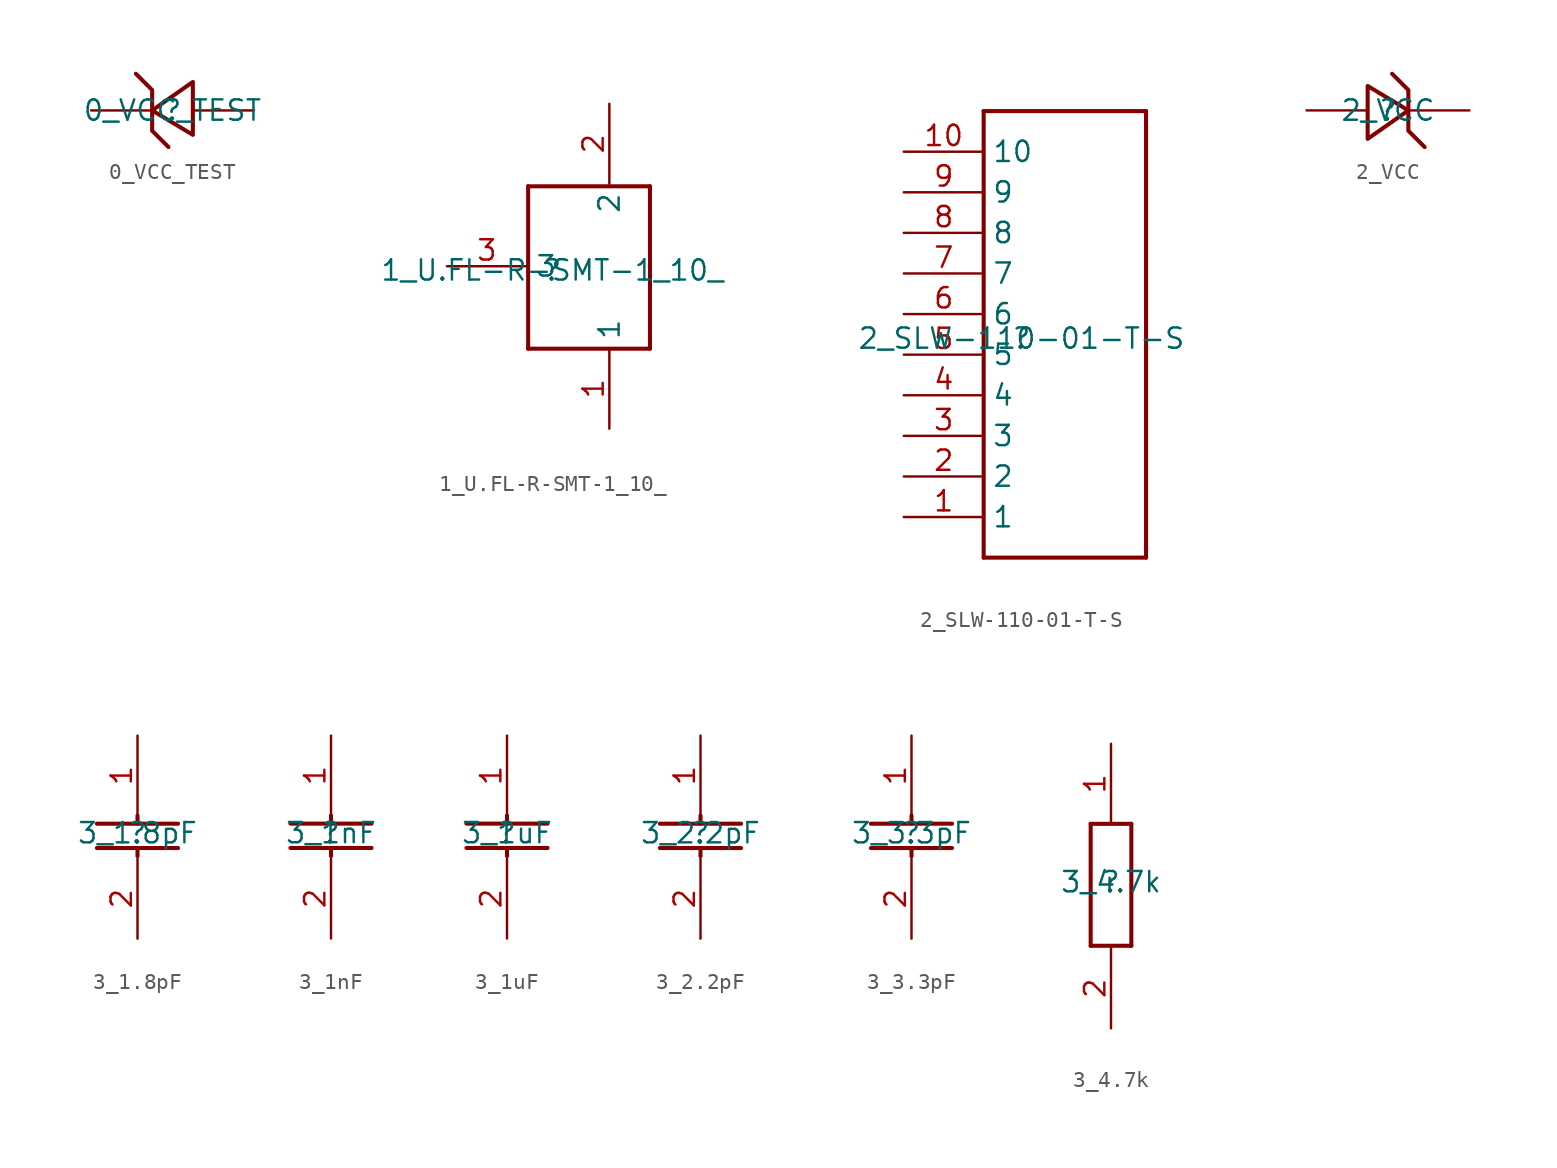
<source format=kicad_sym>
(kicad_symbol_lib
  (version 20211014)
  (generator kicad_symbol_editor)
  (symbol "0_VCC_TEST"
    (property "Reference" ""
      (at 0 0 0)
      (effects (font (size 1.27 1.27))))
    (property "Value" "0_VCC_TEST"
      (at 0 0 0)
      (effects (font (size 1.27 1.27))))
    (symbol "0_VCC_TEST_1_0"
      (polyline (pts (xy -2.286 2.286) (xy -1.27 1.27) (xy -1.27 1.27) (xy -1.27 -1.27) (xy -1.27 -1.27) (xy -0.254 -2.286)) (stroke (width 0.254) (type default) (color 0 0 0 0)) (fill (type none)))
      (polyline (pts (xy 1.27 -1.524) (xy -1.27 0) (xy -1.27 0) (xy 1.27 1.778) (xy 1.27 1.778) (xy 1.27 -1.524)) (stroke (width 0.254) (type default) (color 0 0 0 0)) (fill (type none)))
      (pin passive line (at -5.08 0 0) (length 3.81) (name "C" (effects (font (size 0 0)))) (number "1" (effects (font (size 0 0)))))
      (pin passive line (at 5.08 0 180) (length 3.81) (name "A" (effects (font (size 0 0)))) (number "2" (effects (font (size 0 0)))))))
  (symbol "1_U.FL-R-SMT-1_10_"
    (property "Reference" ""
      (at 0 0 0)
      (effects (font (size 1.27 1.27))))
    (property "Value" "1_U.FL-R-SMT-1_10_"
      (at 0 0 0)
      (effects (font (size 1.27 1.27))))
    (symbol "1_U.FL-R-SMT-1_10__1_0"
      (polyline (pts (xy -1.524 -4.905) (xy -1.524 5.255)) (stroke (width 0.254) (type default) (color 0 0 0 0)) (fill (type none)))
      (polyline (pts (xy -1.524 -4.905) (xy 6.096 -4.905)) (stroke (width 0.254) (type default) (color 0 0 0 0)) (fill (type none)))
      (polyline (pts (xy 6.096 5.255) (xy -1.524 5.255)) (stroke (width 0.254) (type default) (color 0 0 0 0)) (fill (type none)))
      (polyline (pts (xy 6.096 5.255) (xy 6.096 -4.905)) (stroke (width 0.254) (type default) (color 0 0 0 0)) (fill (type none)))
      (pin passive line (at 3.556 -9.906 90) (length 5) (name "1" (effects (font (size 1.27 1.27)))) (number "1" (effects (font (size 1.27 1.27)))))
      (pin passive line (at 3.556 10.414 270) (length 5) (name "2" (effects (font (size 1.27 1.27)))) (number "2" (effects (font (size 1.27 1.27)))))
      (pin passive line (at -6.604 0.254 0) (length 5) (name "3" (effects (font (size 1.27 1.27)))) (number "3" (effects (font (size 1.27 1.27)))))))
  (symbol "2_SLW-110-01-T-S"
    (property "Reference" ""
      (at 0 0 0)
      (effects (font (size 1.27 1.27))))
    (property "Value" "2_SLW-110-01-T-S"
      (at 0 0 0)
      (effects (font (size 1.27 1.27))))
    (symbol "2_SLW-110-01-T-S_1_0"
      (polyline (pts (xy -2.367 -13.716) (xy -2.367 14.224)) (stroke (width 0.254) (type default) (color 0 0 0 0)) (fill (type none)))
      (polyline (pts (xy -2.367 -13.716) (xy 7.793 -13.716)) (stroke (width 0.254) (type default) (color 0 0 0 0)) (fill (type none)))
      (polyline (pts (xy 7.793 14.224) (xy -2.367 14.224)) (stroke (width 0.254) (type default) (color 0 0 0 0)) (fill (type none)))
      (polyline (pts (xy 7.793 14.224) (xy 7.793 -13.716)) (stroke (width 0.254) (type default) (color 0 0 0 0)) (fill (type none)))
      (pin passive line (at -7.366 -11.176 0) (length 5) (name "1" (effects (font (size 1.27 1.27)))) (number "1" (effects (font (size 1.27 1.27)))))
      (pin passive line (at -7.366 11.684 0) (length 5) (name "10" (effects (font (size 1.27 1.27)))) (number "10" (effects (font (size 1.27 1.27)))))
      (pin passive line (at -7.366 -8.636 0) (length 5) (name "2" (effects (font (size 1.27 1.27)))) (number "2" (effects (font (size 1.27 1.27)))))
      (pin passive line (at -7.366 -6.096 0) (length 5) (name "3" (effects (font (size 1.27 1.27)))) (number "3" (effects (font (size 1.27 1.27)))))
      (pin passive line (at -7.366 -3.556 0) (length 5) (name "4" (effects (font (size 1.27 1.27)))) (number "4" (effects (font (size 1.27 1.27)))))
      (pin passive line (at -7.366 -1.016 0) (length 5) (name "5" (effects (font (size 1.27 1.27)))) (number "5" (effects (font (size 1.27 1.27)))))
      (pin passive line (at -7.366 1.524 0) (length 5) (name "6" (effects (font (size 1.27 1.27)))) (number "6" (effects (font (size 1.27 1.27)))))
      (pin passive line (at -7.366 4.064 0) (length 5) (name "7" (effects (font (size 1.27 1.27)))) (number "7" (effects (font (size 1.27 1.27)))))
      (pin passive line (at -7.366 6.604 0) (length 5) (name "8" (effects (font (size 1.27 1.27)))) (number "8" (effects (font (size 1.27 1.27)))))
      (pin passive line (at -7.366 9.144 0) (length 5) (name "9" (effects (font (size 1.27 1.27)))) (number "9" (effects (font (size 1.27 1.27)))))))
  (symbol "2_VCC"
    (property "Reference" ""
      (at 0 0 0)
      (effects (font (size 1.27 1.27))))
    (property "Value" "2_VCC"
      (at 0 0 0)
      (effects (font (size 1.27 1.27))))
    (symbol "2_VCC_1_0"
      (polyline (pts (xy -1.27 1.524) (xy 1.27 0) (xy 1.27 0) (xy -1.27 -1.778) (xy -1.27 -1.778) (xy -1.27 1.524)) (stroke (width 0.254) (type default) (color 0 0 0 0)) (fill (type none)))
      (polyline (pts (xy 2.286 -2.286) (xy 1.27 -1.27) (xy 1.27 -1.27) (xy 1.27 1.27) (xy 1.27 1.27) (xy 0.254 2.286)) (stroke (width 0.254) (type default) (color 0 0 0 0)) (fill (type none)))
      (pin passive line (at 5.08 0 180) (length 3.81) (name "C" (effects (font (size 0 0)))) (number "1" (effects (font (size 0 0)))))
      (pin passive line (at -5.08 0 0) (length 3.81) (name "A" (effects (font (size 0 0)))) (number "2" (effects (font (size 0 0)))))))
  (symbol "3_1.8pF"
    (property "Reference" ""
      (at 0 0 0)
      (effects (font (size 1.27 1.27))))
    (property "Value" "3_1.8pF"
      (at 0 0 0)
      (effects (font (size 1.27 1.27))))
    (symbol "3_1.8pF_1_0"
      (polyline (pts (xy 0 -0.937) (xy 0 -1.445)) (stroke (width 0.254) (type default) (color 0 0 0 0)) (fill (type none)))
      (polyline (pts (xy 0 1.095) (xy 0 0.587)) (stroke (width 0.254) (type default) (color 0 0 0 0)) (fill (type none)))
      (polyline (pts (xy 2.54 -0.937) (xy -2.54 -0.937)) (stroke (width 0.254) (type default) (color 0 0 0 0)) (fill (type none)))
      (polyline (pts (xy 2.54 0.587) (xy -2.54 0.587)) (stroke (width 0.254) (type default) (color 0 0 0 0)) (fill (type none)))
      (pin passive line (at 0 6.096 270) (length 5) (name "1" (effects (font (size 0 0)))) (number "1" (effects (font (size 1.27 1.27)))))
      (pin passive line (at 0 -6.604 90) (length 5) (name "2" (effects (font (size 0 0)))) (number "2" (effects (font (size 1.27 1.27)))))))
  (symbol "3_1nF"
    (property "Reference" ""
      (at 0 0 0)
      (effects (font (size 1.27 1.27))))
    (property "Value" "3_1nF"
      (at 0 0 0)
      (effects (font (size 1.27 1.27))))
    (symbol "3_1nF_1_0"
      (polyline (pts (xy 0 -0.937) (xy 0 -1.445)) (stroke (width 0.254) (type default) (color 0 0 0 0)) (fill (type none)))
      (polyline (pts (xy 0 1.095) (xy 0 0.587)) (stroke (width 0.254) (type default) (color 0 0 0 0)) (fill (type none)))
      (polyline (pts (xy 2.54 -0.937) (xy -2.54 -0.937)) (stroke (width 0.254) (type default) (color 0 0 0 0)) (fill (type none)))
      (polyline (pts (xy 2.54 0.587) (xy -2.54 0.587)) (stroke (width 0.254) (type default) (color 0 0 0 0)) (fill (type none)))
      (pin passive line (at 0 6.096 270) (length 5) (name "1" (effects (font (size 0 0)))) (number "1" (effects (font (size 1.27 1.27)))))
      (pin passive line (at 0 -6.604 90) (length 5) (name "2" (effects (font (size 0 0)))) (number "2" (effects (font (size 1.27 1.27)))))))
  (symbol "3_1uF"
    (property "Reference" ""
      (at 0 0 0)
      (effects (font (size 1.27 1.27))))
    (property "Value" "3_1uF"
      (at 0 0 0)
      (effects (font (size 1.27 1.27))))
    (symbol "3_1uF_1_0"
      (polyline (pts (xy 0 -0.937) (xy 0 -1.445)) (stroke (width 0.254) (type default) (color 0 0 0 0)) (fill (type none)))
      (polyline (pts (xy 0 1.095) (xy 0 0.587)) (stroke (width 0.254) (type default) (color 0 0 0 0)) (fill (type none)))
      (polyline (pts (xy 2.54 -0.937) (xy -2.54 -0.937)) (stroke (width 0.254) (type default) (color 0 0 0 0)) (fill (type none)))
      (polyline (pts (xy 2.54 0.587) (xy -2.54 0.587)) (stroke (width 0.254) (type default) (color 0 0 0 0)) (fill (type none)))
      (pin passive line (at 0 6.096 270) (length 5) (name "1" (effects (font (size 0 0)))) (number "1" (effects (font (size 1.27 1.27)))))
      (pin passive line (at 0 -6.604 90) (length 5) (name "2" (effects (font (size 0 0)))) (number "2" (effects (font (size 1.27 1.27)))))))
  (symbol "3_2.2pF"
    (property "Reference" ""
      (at 0 0 0)
      (effects (font (size 1.27 1.27))))
    (property "Value" "3_2.2pF"
      (at 0 0 0)
      (effects (font (size 1.27 1.27))))
    (symbol "3_2.2pF_1_0"
      (polyline (pts (xy 0 -0.937) (xy 0 -1.445)) (stroke (width 0.254) (type default) (color 0 0 0 0)) (fill (type none)))
      (polyline (pts (xy 0 1.095) (xy 0 0.587)) (stroke (width 0.254) (type default) (color 0 0 0 0)) (fill (type none)))
      (polyline (pts (xy 2.54 -0.937) (xy -2.54 -0.937)) (stroke (width 0.254) (type default) (color 0 0 0 0)) (fill (type none)))
      (polyline (pts (xy 2.54 0.587) (xy -2.54 0.587)) (stroke (width 0.254) (type default) (color 0 0 0 0)) (fill (type none)))
      (pin passive line (at 0 6.096 270) (length 5) (name "1" (effects (font (size 0 0)))) (number "1" (effects (font (size 1.27 1.27)))))
      (pin passive line (at 0 -6.604 90) (length 5) (name "2" (effects (font (size 0 0)))) (number "2" (effects (font (size 1.27 1.27)))))))
  (symbol "3_3.3pF"
    (property "Reference" ""
      (at 0 0 0)
      (effects (font (size 1.27 1.27))))
    (property "Value" "3_3.3pF"
      (at 0 0 0)
      (effects (font (size 1.27 1.27))))
    (symbol "3_3.3pF_1_0"
      (polyline (pts (xy 0 -0.937) (xy 0 -1.445)) (stroke (width 0.254) (type default) (color 0 0 0 0)) (fill (type none)))
      (polyline (pts (xy 0 1.095) (xy 0 0.587)) (stroke (width 0.254) (type default) (color 0 0 0 0)) (fill (type none)))
      (polyline (pts (xy 2.54 -0.937) (xy -2.54 -0.937)) (stroke (width 0.254) (type default) (color 0 0 0 0)) (fill (type none)))
      (polyline (pts (xy 2.54 0.587) (xy -2.54 0.587)) (stroke (width 0.254) (type default) (color 0 0 0 0)) (fill (type none)))
      (pin passive line (at 0 6.096 270) (length 5) (name "1" (effects (font (size 0 0)))) (number "1" (effects (font (size 1.27 1.27)))))
      (pin passive line (at 0 -6.604 90) (length 5) (name "2" (effects (font (size 0 0)))) (number "2" (effects (font (size 1.27 1.27)))))))
  (symbol "3_4.7k"
    (property "Reference" ""
      (at 0 0 0)
      (effects (font (size 1.27 1.27))))
    (property "Value" "3_4.7k"
      (at 0 0 0)
      (effects (font (size 1.27 1.27))))
    (symbol "3_4.7k_1_0"
      (polyline (pts (xy -1.27 -3.985) (xy -1.27 3.635)) (stroke (width 0.254) (type default) (color 0 0 0 0)) (fill (type none)))
      (polyline (pts (xy -1.27 -3.985) (xy 1.27 -3.985)) (stroke (width 0.254) (type default) (color 0 0 0 0)) (fill (type none)))
      (polyline (pts (xy 1.27 3.635) (xy -1.27 3.635)) (stroke (width 0.254) (type default) (color 0 0 0 0)) (fill (type none)))
      (polyline (pts (xy 1.27 3.635) (xy 1.27 -3.985)) (stroke (width 0.254) (type default) (color 0 0 0 0)) (fill (type none)))
      (pin passive line (at 0 8.636 270) (length 5) (name "1" (effects (font (size 0 0)))) (number "1" (effects (font (size 1.27 1.27)))))
      (pin passive line (at 0 -9.144 90) (length 5) (name "2" (effects (font (size 0 0)))) (number "2" (effects (font (size 1.27 1.27))))))))
</source>
